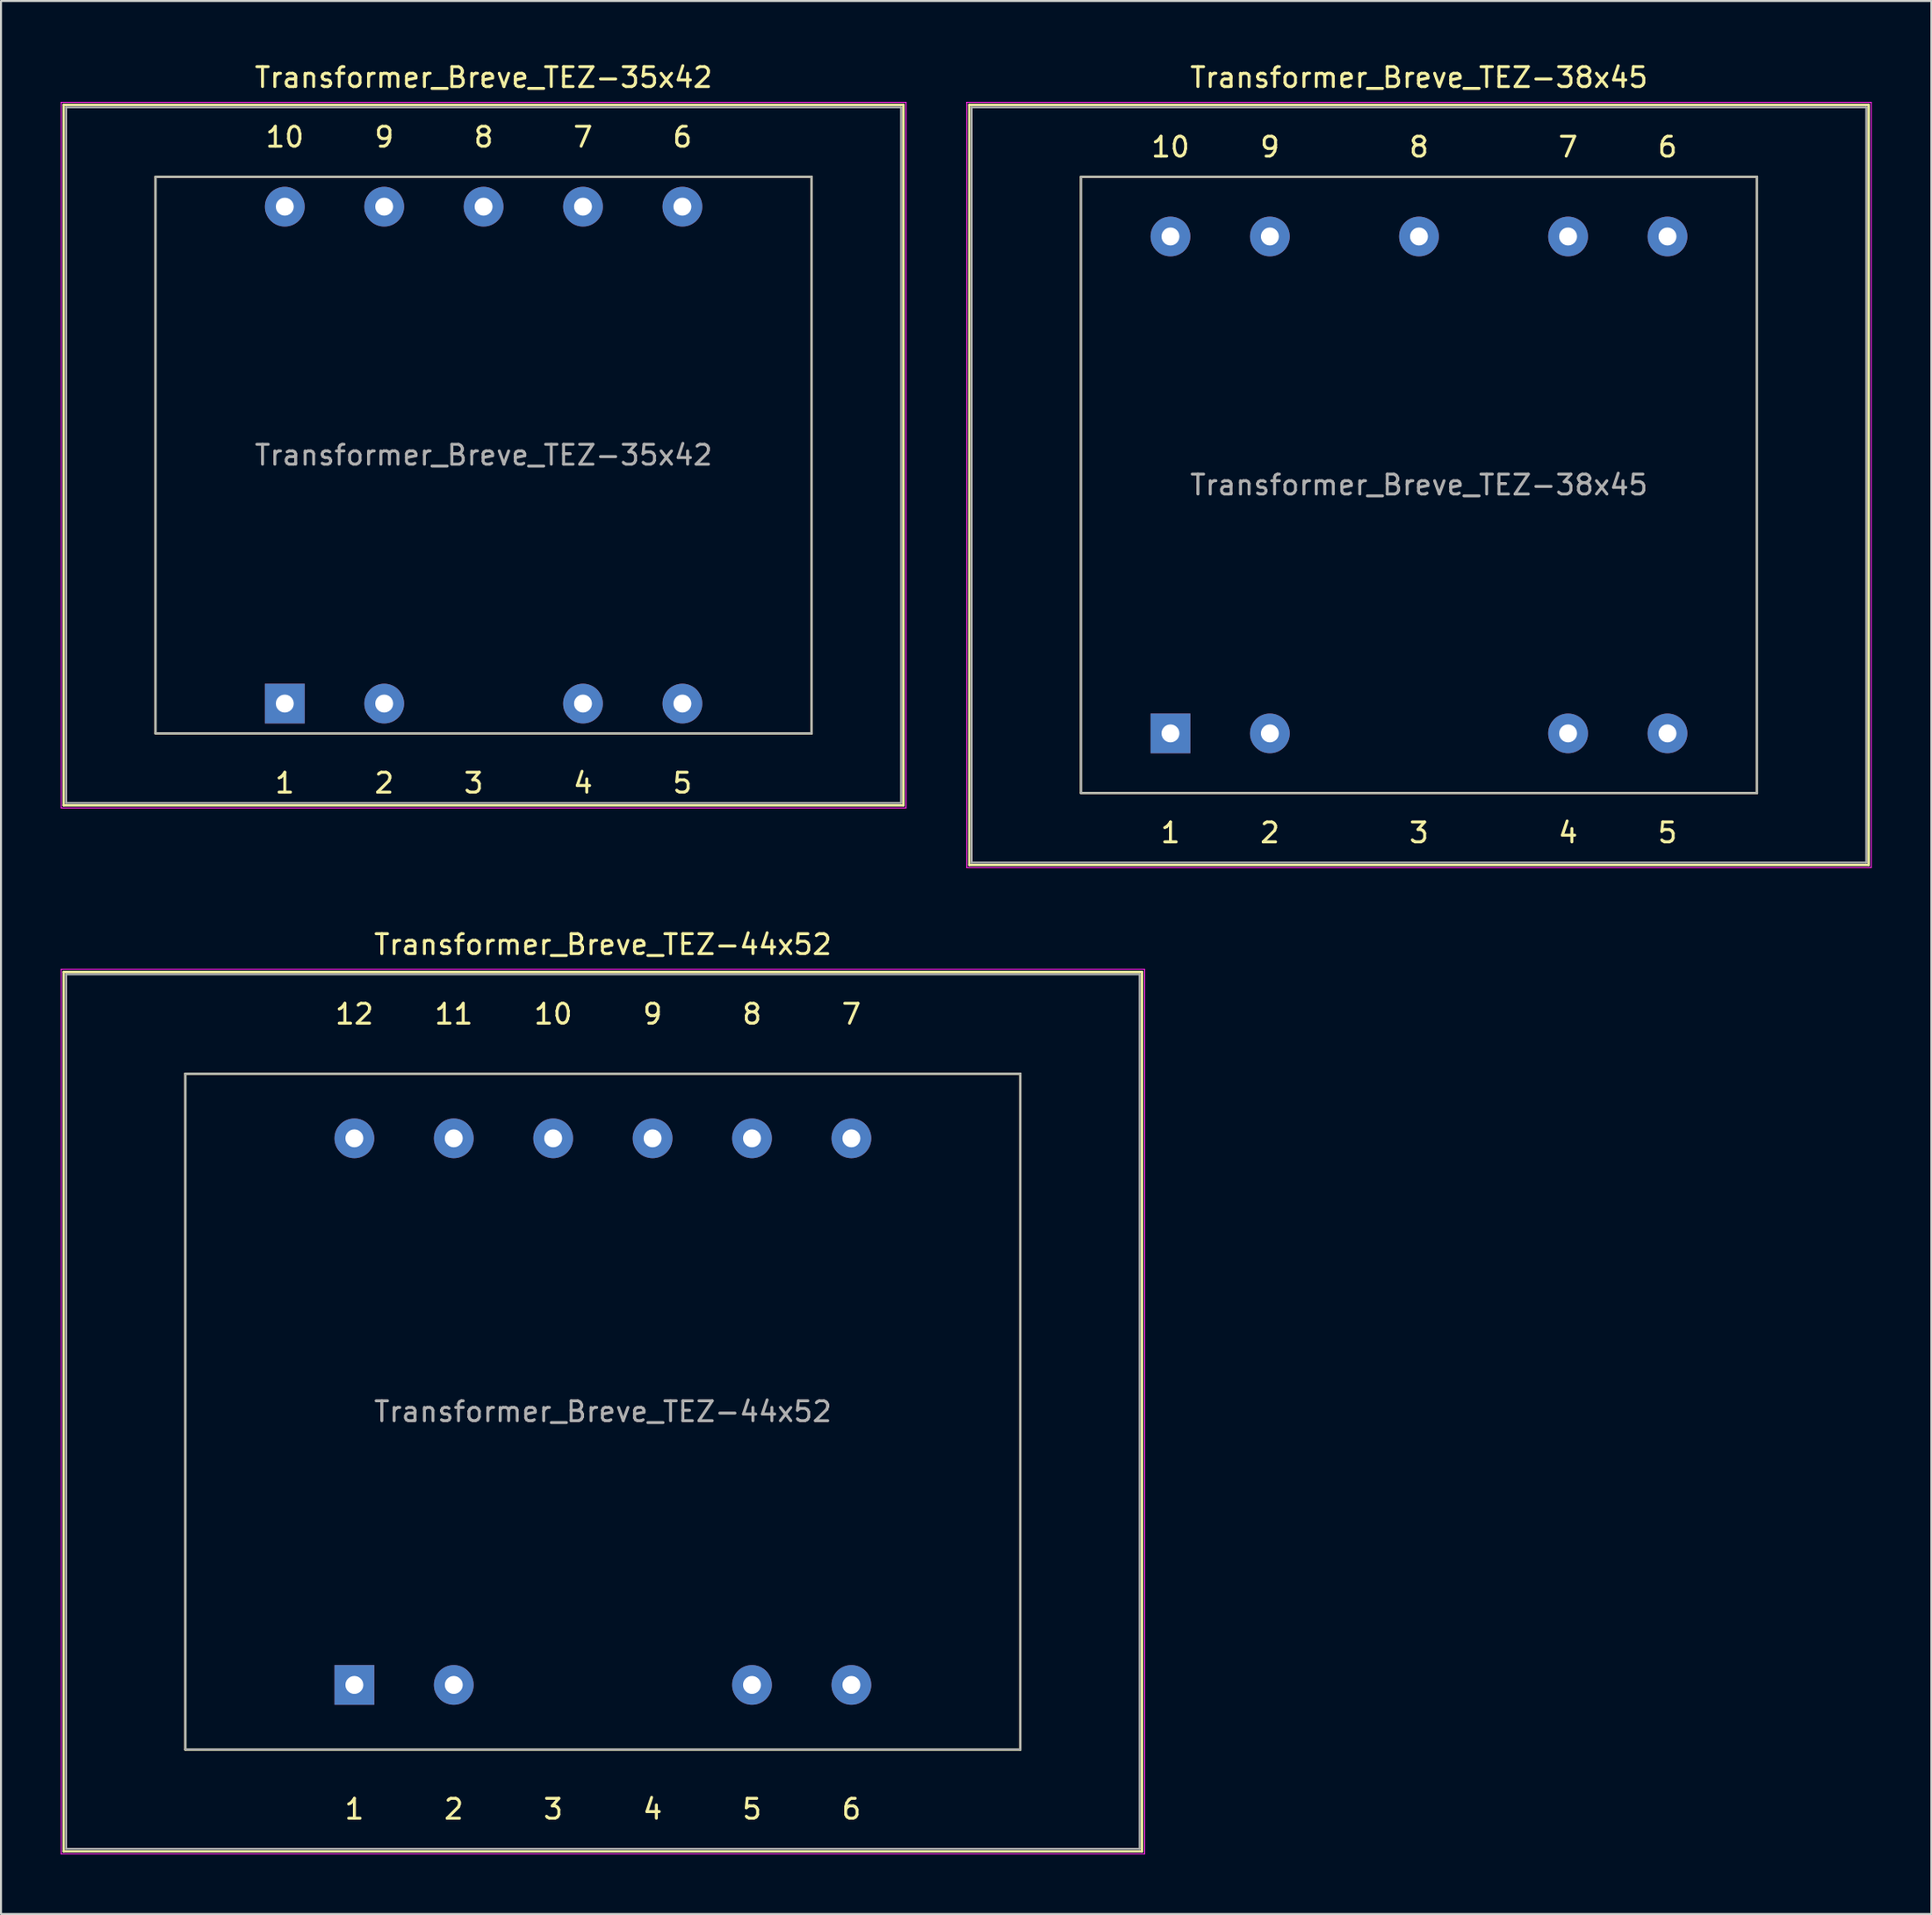
<source format=kicad_pcb>
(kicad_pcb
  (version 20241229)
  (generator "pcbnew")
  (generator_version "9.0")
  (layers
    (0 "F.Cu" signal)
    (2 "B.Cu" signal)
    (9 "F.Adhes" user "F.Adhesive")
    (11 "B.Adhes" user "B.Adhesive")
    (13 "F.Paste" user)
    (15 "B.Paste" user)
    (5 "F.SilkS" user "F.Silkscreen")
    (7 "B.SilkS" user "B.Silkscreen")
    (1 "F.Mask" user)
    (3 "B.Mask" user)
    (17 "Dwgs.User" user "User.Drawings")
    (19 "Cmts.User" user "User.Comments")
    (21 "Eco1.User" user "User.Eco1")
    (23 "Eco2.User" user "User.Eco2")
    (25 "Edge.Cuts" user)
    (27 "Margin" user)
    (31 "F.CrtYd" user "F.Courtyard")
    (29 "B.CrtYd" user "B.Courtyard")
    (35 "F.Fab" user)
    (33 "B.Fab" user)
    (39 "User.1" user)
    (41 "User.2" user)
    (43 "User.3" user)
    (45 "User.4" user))
  (footprint "Transformer_Breve_TEZ-35x42"
    (layer "F.Cu")
    (at 11.275 32.348)
    (property "Reference" "Transformer_Breve_TEZ-35x42" (at 10 -31.5 0) (layer "F.SilkS") (effects (font (size 1 1) (thickness 0.15))))
    (attr through_hole)
    (fp_line (start -11.12 -30.12) (end -11.12 5.12) (stroke (width 0.12) (type solid)) (layer "F.SilkS"))
    (fp_line (start -11.12 -30.12) (end 31.12 -30.12) (stroke (width 0.12) (type solid)) (layer "F.SilkS"))
    (fp_line (start -6.5 -26.5) (end 26.5 -26.5) (stroke (width 0.12) (type solid)) (layer "F.SilkS"))
    (fp_line (start -6.5 1.5) (end -6.5 -26.5) (stroke (width 0.12) (type solid)) (layer "F.SilkS"))
    (fp_line (start 26.5 -26.5) (end 26.5 1.5) (stroke (width 0.12) (type solid)) (layer "F.SilkS"))
    (fp_line (start 26.5 1.5) (end -6.5 1.5) (stroke (width 0.12) (type solid)) (layer "F.SilkS"))
    (fp_line (start 31.12 5.12) (end -11.12 5.12) (stroke (width 0.12) (type solid)) (layer "F.SilkS"))
    (fp_line (start 31.12 5.12) (end 31.12 -30.12) (stroke (width 0.12) (type solid)) (layer "F.SilkS"))
    (fp_line (start -11.25 -30.25) (end -11.25 5.25) (stroke (width 0.05) (type solid)) (layer "F.CrtYd"))
    (fp_line (start -11.25 -30.25) (end 31.25 -30.25) (stroke (width 0.05) (type solid)) (layer "F.CrtYd"))
    (fp_line (start 31.25 5.25) (end -11.25 5.25) (stroke (width 0.05) (type solid)) (layer "F.CrtYd"))
    (fp_line (start 31.25 5.25) (end 31.25 -30.25) (stroke (width 0.05) (type solid)) (layer "F.CrtYd"))
    (fp_line (start -11 -30) (end 31 -30) (stroke (width 0.1) (type solid)) (layer "F.Fab"))
    (fp_line (start -11 5) (end -11 -30) (stroke (width 0.1) (type solid)) (layer "F.Fab"))
    (fp_line (start -6.5 -26.5) (end -6.5 1.5) (stroke (width 0.1) (type solid)) (layer "F.Fab"))
    (fp_line (start -6.5 1.5) (end 26.5 1.5) (stroke (width 0.1) (type solid)) (layer "F.Fab"))
    (fp_line (start 26.5 -26.5) (end -6.5 -26.5) (stroke (width 0.1) (type solid)) (layer "F.Fab"))
    (fp_line (start 26.5 1.5) (end 26.5 -26.5) (stroke (width 0.1) (type solid)) (layer "F.Fab"))
    (fp_line (start 31 -30) (end 31 5) (stroke (width 0.1) (type solid)) (layer "F.Fab"))
    (fp_line (start 31 5) (end -11 5) (stroke (width 0.1) (type solid)) (layer "F.Fab"))
    (fp_text user "3" (at 9.5 4 0) (layer "F.SilkS") (effects (font (size 1 1) (thickness 0.15))))
    (fp_text user "1" (at 0 4 0) (layer "F.SilkS") (effects (font (size 1 1) (thickness 0.15))))
    (fp_text user "5" (at 20 4 0) (layer "F.SilkS") (effects (font (size 1 1) (thickness 0.15))))
    (fp_text user "10" (at 0 -28.5 0) (layer "F.SilkS") (effects (font (size 1 1) (thickness 0.15))))
    (fp_text user "6" (at 20 -28.5 0) (layer "F.SilkS") (effects (font (size 1 1) (thickness 0.15))))
    (fp_text user "2" (at 5 4 0) (layer "F.SilkS") (effects (font (size 1 1) (thickness 0.15))))
    (fp_text user "8" (at 10 -28.5 0) (layer "F.SilkS") (effects (font (size 1 1) (thickness 0.15))))
    (fp_text user "9" (at 5 -28.5 0) (layer "F.SilkS") (effects (font (size 1 1) (thickness 0.15))))
    (fp_text user "7" (at 15 -28.5 0) (layer "F.SilkS") (effects (font (size 1 1) (thickness 0.15))))
    (fp_text user "4" (at 15 4 0) (layer "F.SilkS") (effects (font (size 1 1) (thickness 0.15))))
    (fp_text user "${REFERENCE}" (at 10 -12.5 0) (layer "F.Fab") (effects (font (size 1 1) (thickness 0.15))))
    (pad "1" thru_hole rect (at 0 0) (size 2 2) (drill 0.9) (layers "*.Cu" "*.Mask"))
    (pad "2" thru_hole circle (at 5 0) (size 2 2) (drill 0.9) (layers "*.Cu" "*.Mask"))
    (pad "4" thru_hole circle (at 15 0) (size 2 2) (drill 0.9) (layers "*.Cu" "*.Mask"))
    (pad "5" thru_hole circle (at 20 0) (size 2 2) (drill 0.9) (layers "*.Cu" "*.Mask"))
    (pad "6" thru_hole circle (at 20 -25) (size 2 2) (drill 0.9) (layers "*.Cu" "*.Mask"))
    (pad "7" thru_hole circle (at 15 -25) (size 2 2) (drill 0.9) (layers "*.Cu" "*.Mask"))
    (pad "8" thru_hole circle (at 10 -25) (size 2 2) (drill 0.9) (layers "*.Cu" "*.Mask"))
    (pad "9" thru_hole circle (at 5 -25) (size 2 2) (drill 0.9) (layers "*.Cu" "*.Mask"))
    (pad "10" thru_hole circle (at 0 -25) (size 2 2) (drill 0.9) (layers "*.Cu" "*.Mask")))
  (footprint "Transformer_Breve_TEZ-38x45"
    (layer "F.Cu")
    (at 55.825 33.848)
    (property "Reference" "Transformer_Breve_TEZ-38x45" (at 12.5 -33 0) (layer "F.SilkS") (effects (font (size 1 1) (thickness 0.15))))
    (attr through_hole)
    (fp_line (start -10.12 -31.62) (end -10.12 6.62) (stroke (width 0.12) (type solid)) (layer "F.SilkS"))
    (fp_line (start -10.12 -31.62) (end 35.12 -31.62) (stroke (width 0.12) (type solid)) (layer "F.SilkS"))
    (fp_line (start -4.5 -28) (end 29.5 -28) (stroke (width 0.12) (type solid)) (layer "F.SilkS"))
    (fp_line (start -4.5 3) (end -4.5 -28) (stroke (width 0.12) (type solid)) (layer "F.SilkS"))
    (fp_line (start 29.5 -28) (end 29.5 3) (stroke (width 0.12) (type solid)) (layer "F.SilkS"))
    (fp_line (start 29.5 3) (end -4.5 3) (stroke (width 0.12) (type solid)) (layer "F.SilkS"))
    (fp_line (start 35.12 6.62) (end -10.12 6.62) (stroke (width 0.12) (type solid)) (layer "F.SilkS"))
    (fp_line (start 35.12 6.62) (end 35.12 -31.62) (stroke (width 0.12) (type solid)) (layer "F.SilkS"))
    (fp_line (start -10.25 -31.75) (end -10.25 6.75) (stroke (width 0.05) (type solid)) (layer "F.CrtYd"))
    (fp_line (start -10.25 -31.75) (end 35.25 -31.75) (stroke (width 0.05) (type solid)) (layer "F.CrtYd"))
    (fp_line (start 35.25 6.75) (end -10.25 6.75) (stroke (width 0.05) (type solid)) (layer "F.CrtYd"))
    (fp_line (start 35.25 6.75) (end 35.25 -31.75) (stroke (width 0.05) (type solid)) (layer "F.CrtYd"))
    (fp_line (start -10 -31.5) (end 35 -31.5) (stroke (width 0.1) (type solid)) (layer "F.Fab"))
    (fp_line (start -10 6.5) (end -10 -31.5) (stroke (width 0.1) (type solid)) (layer "F.Fab"))
    (fp_line (start -4.5 -28) (end 29.5 -28) (stroke (width 0.1) (type solid)) (layer "F.Fab"))
    (fp_line (start -4.5 3) (end -4.5 -28) (stroke (width 0.1) (type solid)) (layer "F.Fab"))
    (fp_line (start 29.5 -28) (end 29.5 3) (stroke (width 0.1) (type solid)) (layer "F.Fab"))
    (fp_line (start 29.5 3) (end -4.5 3) (stroke (width 0.1) (type solid)) (layer "F.Fab"))
    (fp_line (start 35 -31.5) (end 35 6.5) (stroke (width 0.1) (type solid)) (layer "F.Fab"))
    (fp_line (start 35 6.5) (end -10 6.5) (stroke (width 0.1) (type solid)) (layer "F.Fab"))
    (fp_text user "10" (at 0 -29.5 0) (layer "F.SilkS") (effects (font (size 1 1) (thickness 0.15))))
    (fp_text user "3" (at 12.5 5 0) (layer "F.SilkS") (effects (font (size 1 1) (thickness 0.15))))
    (fp_text user "6" (at 25 -29.5 0) (layer "F.SilkS") (effects (font (size 1 1) (thickness 0.15))))
    (fp_text user "2" (at 5 5 0) (layer "F.SilkS") (effects (font (size 1 1) (thickness 0.15))))
    (fp_text user "7" (at 20 -29.5 0) (layer "F.SilkS") (effects (font (size 1 1) (thickness 0.15))))
    (fp_text user "9" (at 5 -29.5 0) (layer "F.SilkS") (effects (font (size 1 1) (thickness 0.15))))
    (fp_text user "5" (at 25 5 0) (layer "F.SilkS") (effects (font (size 1 1) (thickness 0.15))))
    (fp_text user "4" (at 20 5 0) (layer "F.SilkS") (effects (font (size 1 1) (thickness 0.15))))
    (fp_text user "8" (at 12.5 -29.5 0) (layer "F.SilkS") (effects (font (size 1 1) (thickness 0.15))))
    (fp_text user "1" (at 0 5 0) (layer "F.SilkS") (effects (font (size 1 1) (thickness 0.15))))
    (fp_text user "${REFERENCE}" (at 12.5 -12.5 0) (layer "F.Fab") (effects (font (size 1 1) (thickness 0.15))))
    (pad "1" thru_hole rect (at 0 0) (size 2 2) (drill 0.9) (layers "*.Cu" "*.Mask"))
    (pad "2" thru_hole circle (at 5 0) (size 2 2) (drill 0.9) (layers "*.Cu" "*.Mask"))
    (pad "4" thru_hole circle (at 20 0) (size 2 2) (drill 0.9) (layers "*.Cu" "*.Mask"))
    (pad "5" thru_hole circle (at 25 0) (size 2 2) (drill 0.9) (layers "*.Cu" "*.Mask"))
    (pad "6" thru_hole circle (at 25 -25) (size 2 2) (drill 0.9) (layers "*.Cu" "*.Mask"))
    (pad "7" thru_hole circle (at 20 -25) (size 2 2) (drill 0.9) (layers "*.Cu" "*.Mask"))
    (pad "8" thru_hole circle (at 12.5 -25) (size 2 2) (drill 0.9) (layers "*.Cu" "*.Mask"))
    (pad "9" thru_hole circle (at 5 -25) (size 2 2) (drill 0.9) (layers "*.Cu" "*.Mask"))
    (pad "10" thru_hole circle (at 0 -25) (size 2 2) (drill 0.9) (layers "*.Cu" "*.Mask")))
  (footprint "Transformer_Breve_TEZ-44x52"
    (layer "F.Cu")
    (at 14.775 81.722)
    (property "Reference" "Transformer_Breve_TEZ-44x52" (at 12.5 -37.25 0) (layer "F.SilkS") (effects (font (size 1 1) (thickness 0.15))))
    (attr through_hole)
    (fp_line (start -14.62 -35.87) (end -14.62 8.37) (stroke (width 0.12) (type solid)) (layer "F.SilkS"))
    (fp_line (start -14.62 -35.87) (end 39.62 -35.87) (stroke (width 0.12) (type solid)) (layer "F.SilkS"))
    (fp_line (start -8.5 -30.75) (end 33.5 -30.75) (stroke (width 0.12) (type solid)) (layer "F.SilkS"))
    (fp_line (start -8.5 3.25) (end -8.5 -30.75) (stroke (width 0.12) (type solid)) (layer "F.SilkS"))
    (fp_line (start 33.5 -30.75) (end 33.5 3.25) (stroke (width 0.12) (type solid)) (layer "F.SilkS"))
    (fp_line (start 33.5 3.25) (end -8.5 3.25) (stroke (width 0.12) (type solid)) (layer "F.SilkS"))
    (fp_line (start 39.62 8.37) (end -14.62 8.37) (stroke (width 0.12) (type solid)) (layer "F.SilkS"))
    (fp_line (start 39.62 8.37) (end 39.62 -35.87) (stroke (width 0.12) (type solid)) (layer "F.SilkS"))
    (fp_line (start -14.75 -36) (end -14.75 8.5) (stroke (width 0.05) (type solid)) (layer "F.CrtYd"))
    (fp_line (start -14.75 -36) (end 39.75 -36) (stroke (width 0.05) (type solid)) (layer "F.CrtYd"))
    (fp_line (start 39.75 8.5) (end -14.75 8.5) (stroke (width 0.05) (type solid)) (layer "F.CrtYd"))
    (fp_line (start 39.75 8.5) (end 39.75 -36) (stroke (width 0.05) (type solid)) (layer "F.CrtYd"))
    (fp_line (start -14.5 -35.75) (end 39.5 -35.75) (stroke (width 0.1) (type solid)) (layer "F.Fab"))
    (fp_line (start -14.5 8.25) (end -14.5 -35.75) (stroke (width 0.1) (type solid)) (layer "F.Fab"))
    (fp_line (start -8.5 -30.75) (end 33.5 -30.75) (stroke (width 0.1) (type solid)) (layer "F.Fab"))
    (fp_line (start -8.5 3.25) (end -8.5 -30.75) (stroke (width 0.1) (type solid)) (layer "F.Fab"))
    (fp_line (start 33.5 -30.75) (end 33.5 3.25) (stroke (width 0.1) (type solid)) (layer "F.Fab"))
    (fp_line (start 33.5 3.25) (end -8.5 3.25) (stroke (width 0.1) (type solid)) (layer "F.Fab"))
    (fp_line (start 39.5 -35.75) (end 39.5 8.25) (stroke (width 0.1) (type solid)) (layer "F.Fab"))
    (fp_line (start 39.5 8.25) (end -14.5 8.25) (stroke (width 0.1) (type solid)) (layer "F.Fab"))
    (fp_text user "5" (at 20 6.25 0) (layer "F.SilkS") (effects (font (size 1 1) (thickness 0.15))))
    (fp_text user "10" (at 10 -33.75 0) (layer "F.SilkS") (effects (font (size 1 1) (thickness 0.15))))
    (fp_text user "8" (at 20 -33.75 0) (layer "F.SilkS") (effects (font (size 1 1) (thickness 0.15))))
    (fp_text user "11" (at 5 -33.75 0) (layer "F.SilkS") (effects (font (size 1 1) (thickness 0.15))))
    (fp_text user "2" (at 5 6.25 0) (layer "F.SilkS") (effects (font (size 1 1) (thickness 0.15))))
    (fp_text user "12" (at 0 -33.75 0) (layer "F.SilkS") (effects (font (size 1 1) (thickness 0.15))))
    (fp_text user "4" (at 15 6.25 0) (layer "F.SilkS") (effects (font (size 1 1) (thickness 0.15))))
    (fp_text user "9" (at 15 -33.75 0) (layer "F.SilkS") (effects (font (size 1 1) (thickness 0.15))))
    (fp_text user "1" (at 0 6.25 0) (layer "F.SilkS") (effects (font (size 1 1) (thickness 0.15))))
    (fp_text user "7" (at 25 -33.75 0) (layer "F.SilkS") (effects (font (size 1 1) (thickness 0.15))))
    (fp_text user "3" (at 10 6.25 0) (layer "F.SilkS") (effects (font (size 1 1) (thickness 0.15))))
    (fp_text user "6" (at 25 6.25 0) (layer "F.SilkS") (effects (font (size 1 1) (thickness 0.15))))
    (fp_text user "${REFERENCE}" (at 12.5 -13.75 0) (layer "F.Fab") (effects (font (size 1 1) (thickness 0.15))))
    (pad "1" thru_hole rect (at 0 0) (size 2 2) (drill 0.9) (layers "*.Cu" "*.Mask"))
    (pad "2" thru_hole circle (at 5 0) (size 2 2) (drill 0.9) (layers "*.Cu" "*.Mask"))
    (pad "5" thru_hole circle (at 20 0) (size 2 2) (drill 0.9) (layers "*.Cu" "*.Mask"))
    (pad "6" thru_hole circle (at 25 0) (size 2 2) (drill 0.9) (layers "*.Cu" "*.Mask"))
    (pad "7" thru_hole circle (at 25 -27.5) (size 2 2) (drill 0.9) (layers "*.Cu" "*.Mask"))
    (pad "8" thru_hole circle (at 20 -27.5) (size 2 2) (drill 0.9) (layers "*.Cu" "*.Mask"))
    (pad "9" thru_hole circle (at 15 -27.5) (size 2 2) (drill 0.9) (layers "*.Cu" "*.Mask"))
    (pad "10" thru_hole circle (at 10 -27.5) (size 2 2) (drill 0.9) (layers "*.Cu" "*.Mask"))
    (pad "11" thru_hole circle (at 5 -27.5) (size 2 2) (drill 0.9) (layers "*.Cu" "*.Mask"))
    (pad "12" thru_hole circle (at 0 -27.5) (size 2 2) (drill 0.9) (layers "*.Cu" "*.Mask")))
  (gr_rect
    (start -3 -3)
    (end 94.1 93.246)
    (stroke (width 0.1) (type default))
    (fill no)
    (layer "Edge.Cuts")))
</source>
